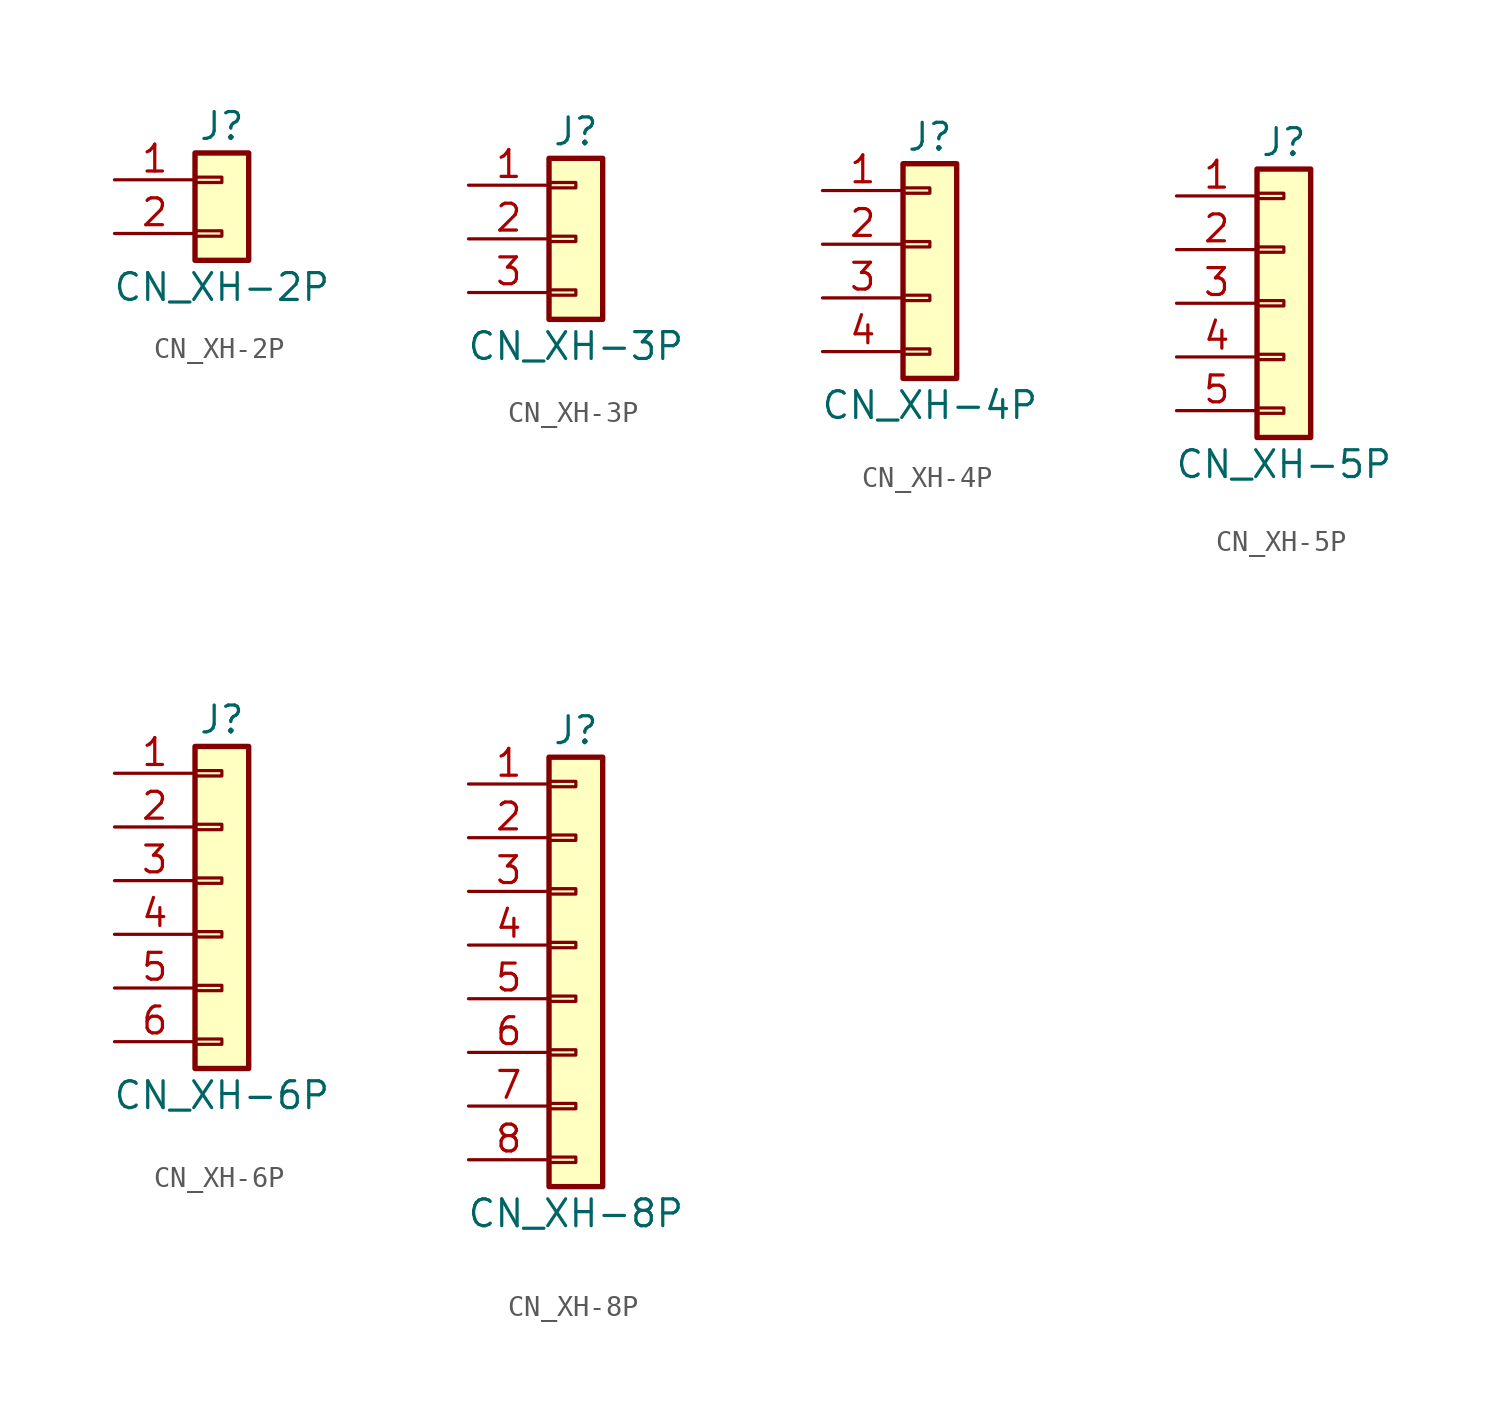
<source format=kicad_sym>
(kicad_symbol_lib
  (version 20211014)
  (generator kicad_symbol_editor)
  (symbol "CN_XH-2P"
    (pin_names
      (offset 1.016) hide)
    (property "Reference" "J"
      (at 0 2.54 0)
      (effects (font (size 1.27 1.27))))
    (property "Value" "CN_XH-2P"
      (at 0 -5.08 0)
      (effects (font (size 1.27 1.27))))
    (symbol "CN_XH-2P_1_1"
      (rectangle (start -1.27 -2.413) (end 0 -2.667) (stroke (width 0.152) (type default) (color 0 0 0 0)) (fill (type none)))
      (rectangle (start -1.27 0.127) (end 0 -0.127) (stroke (width 0.152) (type default) (color 0 0 0 0)) (fill (type none)))
      (rectangle (start -1.27 1.27) (end 1.27 -3.81) (stroke (width 0.254) (type default) (color 0 0 0 0)) (fill (type background)))
      (pin passive line (at -5.08 0 0) (length 3.81) (name "Pin_1" (effects (font (size 1.27 1.27)))) (number "1" (effects (font (size 1.27 1.27)))))
      (pin passive line (at -5.08 -2.54 0) (length 3.81) (name "Pin_2" (effects (font (size 1.27 1.27)))) (number "2" (effects (font (size 1.27 1.27)))))))
  (symbol "CN_XH-3P"
    (pin_names
      (offset 1.016) hide)
    (property "Reference" "J"
      (at 0 5.08 0)
      (effects (font (size 1.27 1.27))))
    (property "Value" "CN_XH-3P"
      (at 0 -5.08 0)
      (effects (font (size 1.27 1.27))))
    (symbol "CN_XH-3P_1_1"
      (rectangle (start -1.27 -2.413) (end 0 -2.667) (stroke (width 0.152) (type default) (color 0 0 0 0)) (fill (type none)))
      (rectangle (start -1.27 0.127) (end 0 -0.127) (stroke (width 0.152) (type default) (color 0 0 0 0)) (fill (type none)))
      (rectangle (start -1.27 2.667) (end 0 2.413) (stroke (width 0.152) (type default) (color 0 0 0 0)) (fill (type none)))
      (rectangle (start -1.27 3.81) (end 1.27 -3.81) (stroke (width 0.254) (type default) (color 0 0 0 0)) (fill (type background)))
      (pin passive line (at -5.08 2.54 0) (length 3.81) (name "Pin_1" (effects (font (size 1.27 1.27)))) (number "1" (effects (font (size 1.27 1.27)))))
      (pin passive line (at -5.08 0 0) (length 3.81) (name "Pin_2" (effects (font (size 1.27 1.27)))) (number "2" (effects (font (size 1.27 1.27)))))
      (pin passive line (at -5.08 -2.54 0) (length 3.81) (name "Pin_3" (effects (font (size 1.27 1.27)))) (number "3" (effects (font (size 1.27 1.27)))))))
  (symbol "CN_XH-4P"
    (pin_names
      (offset 1.016) hide)
    (property "Reference" "J"
      (at 0 5.08 0)
      (effects (font (size 1.27 1.27))))
    (property "Value" "CN_XH-4P"
      (at 0 -7.62 0)
      (effects (font (size 1.27 1.27))))
    (symbol "CN_XH-4P_1_1"
      (rectangle (start -1.27 -4.953) (end 0 -5.207) (stroke (width 0.152) (type default) (color 0 0 0 0)) (fill (type none)))
      (rectangle (start -1.27 -2.413) (end 0 -2.667) (stroke (width 0.152) (type default) (color 0 0 0 0)) (fill (type none)))
      (rectangle (start -1.27 0.127) (end 0 -0.127) (stroke (width 0.152) (type default) (color 0 0 0 0)) (fill (type none)))
      (rectangle (start -1.27 2.667) (end 0 2.413) (stroke (width 0.152) (type default) (color 0 0 0 0)) (fill (type none)))
      (rectangle (start -1.27 3.81) (end 1.27 -6.35) (stroke (width 0.254) (type default) (color 0 0 0 0)) (fill (type background)))
      (pin passive line (at -5.08 2.54 0) (length 3.81) (name "Pin_1" (effects (font (size 1.27 1.27)))) (number "1" (effects (font (size 1.27 1.27)))))
      (pin passive line (at -5.08 0 0) (length 3.81) (name "Pin_2" (effects (font (size 1.27 1.27)))) (number "2" (effects (font (size 1.27 1.27)))))
      (pin passive line (at -5.08 -2.54 0) (length 3.81) (name "Pin_3" (effects (font (size 1.27 1.27)))) (number "3" (effects (font (size 1.27 1.27)))))
      (pin passive line (at -5.08 -5.08 0) (length 3.81) (name "Pin_4" (effects (font (size 1.27 1.27)))) (number "4" (effects (font (size 1.27 1.27)))))))
  (symbol "CN_XH-5P"
    (pin_names
      (offset 1.016) hide)
    (property "Reference" "J"
      (at 0 7.62 0)
      (effects (font (size 1.27 1.27))))
    (property "Value" "CN_XH-5P"
      (at 0 -7.62 0)
      (effects (font (size 1.27 1.27))))
    (symbol "CN_XH-5P_1_1"
      (rectangle (start -1.27 -4.953) (end 0 -5.207) (stroke (width 0.152) (type default) (color 0 0 0 0)) (fill (type none)))
      (rectangle (start -1.27 -2.413) (end 0 -2.667) (stroke (width 0.152) (type default) (color 0 0 0 0)) (fill (type none)))
      (rectangle (start -1.27 0.127) (end 0 -0.127) (stroke (width 0.152) (type default) (color 0 0 0 0)) (fill (type none)))
      (rectangle (start -1.27 2.667) (end 0 2.413) (stroke (width 0.152) (type default) (color 0 0 0 0)) (fill (type none)))
      (rectangle (start -1.27 5.207) (end 0 4.953) (stroke (width 0.152) (type default) (color 0 0 0 0)) (fill (type none)))
      (rectangle (start -1.27 6.35) (end 1.27 -6.35) (stroke (width 0.254) (type default) (color 0 0 0 0)) (fill (type background)))
      (pin passive line (at -5.08 5.08 0) (length 3.81) (name "Pin_1" (effects (font (size 1.27 1.27)))) (number "1" (effects (font (size 1.27 1.27)))))
      (pin passive line (at -5.08 2.54 0) (length 3.81) (name "Pin_2" (effects (font (size 1.27 1.27)))) (number "2" (effects (font (size 1.27 1.27)))))
      (pin passive line (at -5.08 0 0) (length 3.81) (name "Pin_3" (effects (font (size 1.27 1.27)))) (number "3" (effects (font (size 1.27 1.27)))))
      (pin passive line (at -5.08 -2.54 0) (length 3.81) (name "Pin_4" (effects (font (size 1.27 1.27)))) (number "4" (effects (font (size 1.27 1.27)))))
      (pin passive line (at -5.08 -5.08 0) (length 3.81) (name "Pin_5" (effects (font (size 1.27 1.27)))) (number "5" (effects (font (size 1.27 1.27)))))))
  (symbol "CN_XH-6P"
    (pin_names
      (offset 1.016) hide)
    (property "Reference" "J"
      (at 0 7.62 0)
      (effects (font (size 1.27 1.27))))
    (property "Value" "CN_XH-6P"
      (at 0 -10.16 0)
      (effects (font (size 1.27 1.27))))
    (symbol "CN_XH-6P_1_1"
      (rectangle (start -1.27 -7.493) (end 0 -7.747) (stroke (width 0.152) (type default) (color 0 0 0 0)) (fill (type none)))
      (rectangle (start -1.27 -4.953) (end 0 -5.207) (stroke (width 0.152) (type default) (color 0 0 0 0)) (fill (type none)))
      (rectangle (start -1.27 -2.413) (end 0 -2.667) (stroke (width 0.152) (type default) (color 0 0 0 0)) (fill (type none)))
      (rectangle (start -1.27 0.127) (end 0 -0.127) (stroke (width 0.152) (type default) (color 0 0 0 0)) (fill (type none)))
      (rectangle (start -1.27 2.667) (end 0 2.413) (stroke (width 0.152) (type default) (color 0 0 0 0)) (fill (type none)))
      (rectangle (start -1.27 5.207) (end 0 4.953) (stroke (width 0.152) (type default) (color 0 0 0 0)) (fill (type none)))
      (rectangle (start -1.27 6.35) (end 1.27 -8.89) (stroke (width 0.254) (type default) (color 0 0 0 0)) (fill (type background)))
      (pin passive line (at -5.08 5.08 0) (length 3.81) (name "Pin_1" (effects (font (size 1.27 1.27)))) (number "1" (effects (font (size 1.27 1.27)))))
      (pin passive line (at -5.08 2.54 0) (length 3.81) (name "Pin_2" (effects (font (size 1.27 1.27)))) (number "2" (effects (font (size 1.27 1.27)))))
      (pin passive line (at -5.08 0 0) (length 3.81) (name "Pin_3" (effects (font (size 1.27 1.27)))) (number "3" (effects (font (size 1.27 1.27)))))
      (pin passive line (at -5.08 -2.54 0) (length 3.81) (name "Pin_4" (effects (font (size 1.27 1.27)))) (number "4" (effects (font (size 1.27 1.27)))))
      (pin passive line (at -5.08 -5.08 0) (length 3.81) (name "Pin_5" (effects (font (size 1.27 1.27)))) (number "5" (effects (font (size 1.27 1.27)))))
      (pin passive line (at -5.08 -7.62 0) (length 3.81) (name "Pin_6" (effects (font (size 1.27 1.27)))) (number "6" (effects (font (size 1.27 1.27)))))))
  (symbol "CN_XH-8P"
    (pin_names
      (offset 1.016) hide)
    (property "Reference" "J"
      (at 0 10.16 0)
      (effects (font (size 1.27 1.27))))
    (property "Value" "CN_XH-8P"
      (at 0 -12.7 0)
      (effects (font (size 1.27 1.27))))
    (symbol "CN_XH-8P_1_1"
      (rectangle (start -1.27 -10.033) (end 0 -10.287) (stroke (width 0.152) (type default) (color 0 0 0 0)) (fill (type none)))
      (rectangle (start -1.27 -7.493) (end 0 -7.747) (stroke (width 0.152) (type default) (color 0 0 0 0)) (fill (type none)))
      (rectangle (start -1.27 -4.953) (end 0 -5.207) (stroke (width 0.152) (type default) (color 0 0 0 0)) (fill (type none)))
      (rectangle (start -1.27 -2.413) (end 0 -2.667) (stroke (width 0.152) (type default) (color 0 0 0 0)) (fill (type none)))
      (rectangle (start -1.27 0.127) (end 0 -0.127) (stroke (width 0.152) (type default) (color 0 0 0 0)) (fill (type none)))
      (rectangle (start -1.27 2.667) (end 0 2.413) (stroke (width 0.152) (type default) (color 0 0 0 0)) (fill (type none)))
      (rectangle (start -1.27 5.207) (end 0 4.953) (stroke (width 0.152) (type default) (color 0 0 0 0)) (fill (type none)))
      (rectangle (start -1.27 7.747) (end 0 7.493) (stroke (width 0.152) (type default) (color 0 0 0 0)) (fill (type none)))
      (rectangle (start -1.27 8.89) (end 1.27 -11.43) (stroke (width 0.254) (type default) (color 0 0 0 0)) (fill (type background)))
      (pin passive line (at -5.08 7.62 0) (length 3.81) (name "Pin_1" (effects (font (size 1.27 1.27)))) (number "1" (effects (font (size 1.27 1.27)))))
      (pin passive line (at -5.08 5.08 0) (length 3.81) (name "Pin_2" (effects (font (size 1.27 1.27)))) (number "2" (effects (font (size 1.27 1.27)))))
      (pin passive line (at -5.08 2.54 0) (length 3.81) (name "Pin_3" (effects (font (size 1.27 1.27)))) (number "3" (effects (font (size 1.27 1.27)))))
      (pin passive line (at -5.08 0 0) (length 3.81) (name "Pin_4" (effects (font (size 1.27 1.27)))) (number "4" (effects (font (size 1.27 1.27)))))
      (pin passive line (at -5.08 -2.54 0) (length 3.81) (name "Pin_5" (effects (font (size 1.27 1.27)))) (number "5" (effects (font (size 1.27 1.27)))))
      (pin passive line (at -5.08 -5.08 0) (length 3.81) (name "Pin_6" (effects (font (size 1.27 1.27)))) (number "6" (effects (font (size 1.27 1.27)))))
      (pin passive line (at -5.08 -7.62 0) (length 3.81) (name "Pin_7" (effects (font (size 1.27 1.27)))) (number "7" (effects (font (size 1.27 1.27)))))
      (pin passive line (at -5.08 -10.16 0) (length 3.81) (name "Pin_8" (effects (font (size 1.27 1.27)))) (number "8" (effects (font (size 1.27 1.27))))))))
</source>
